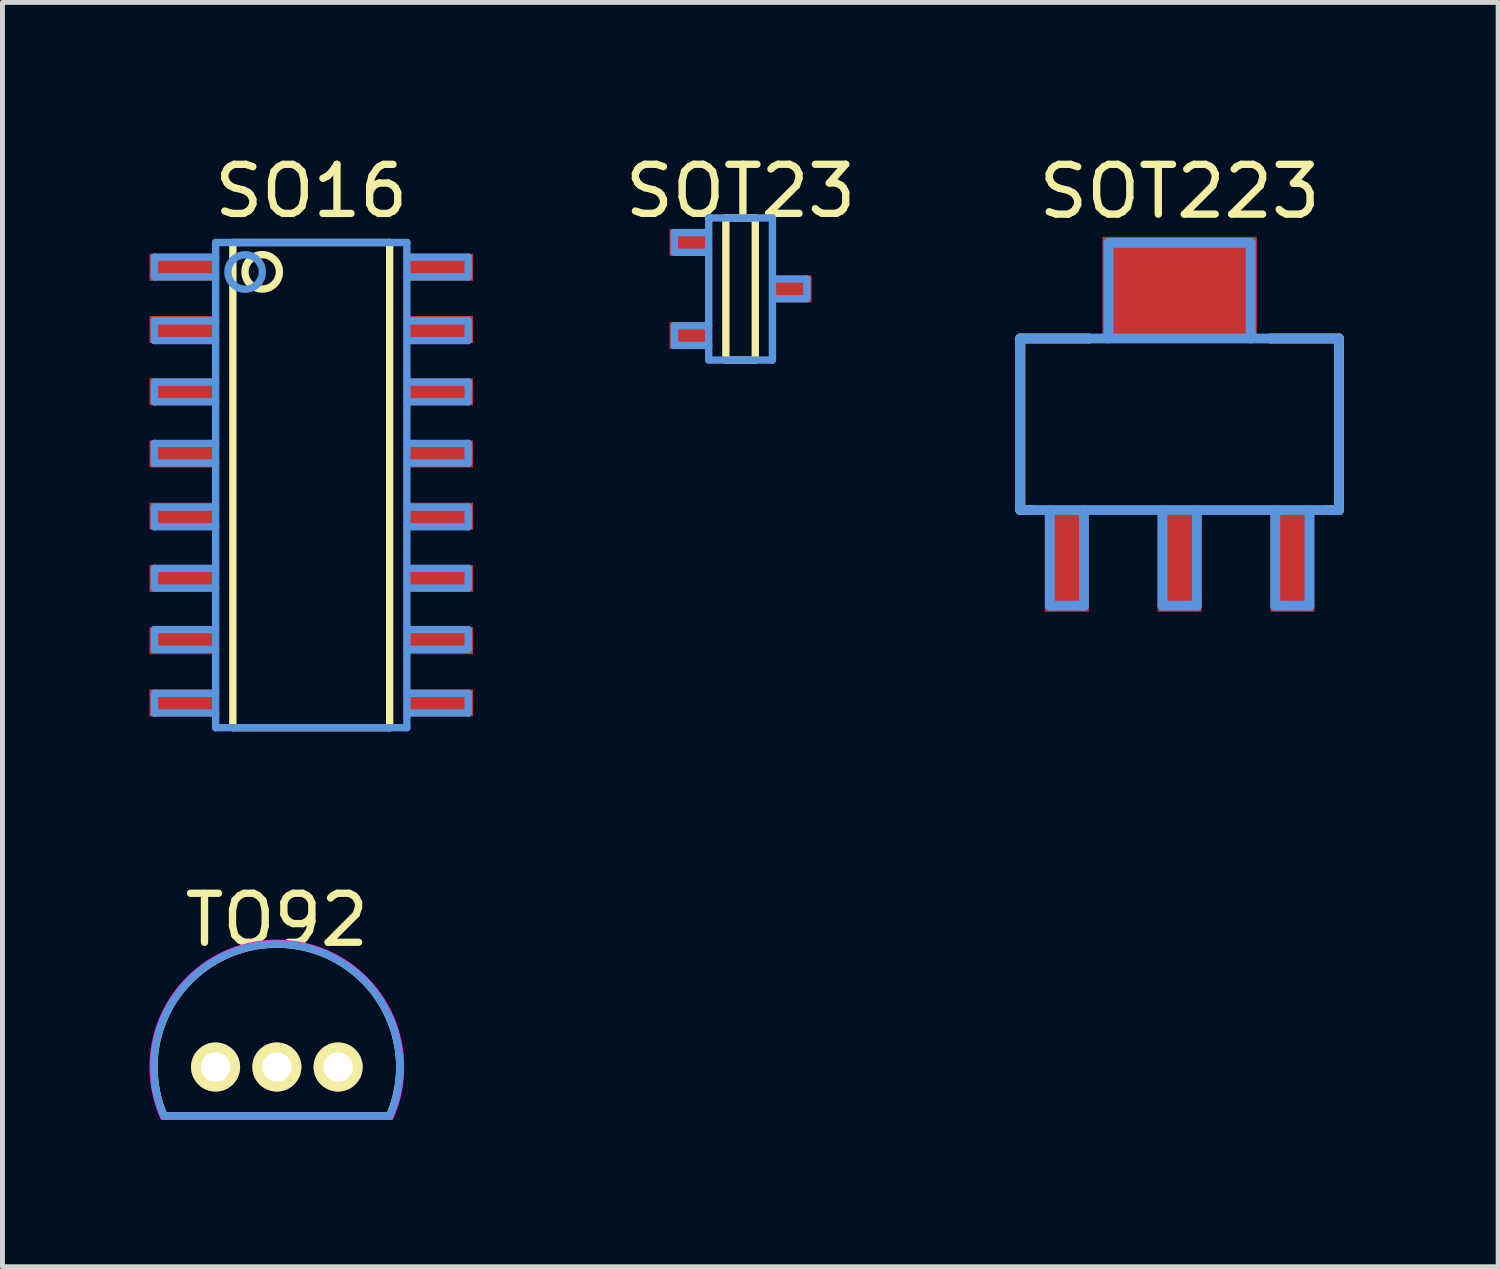
<source format=kicad_pcb>
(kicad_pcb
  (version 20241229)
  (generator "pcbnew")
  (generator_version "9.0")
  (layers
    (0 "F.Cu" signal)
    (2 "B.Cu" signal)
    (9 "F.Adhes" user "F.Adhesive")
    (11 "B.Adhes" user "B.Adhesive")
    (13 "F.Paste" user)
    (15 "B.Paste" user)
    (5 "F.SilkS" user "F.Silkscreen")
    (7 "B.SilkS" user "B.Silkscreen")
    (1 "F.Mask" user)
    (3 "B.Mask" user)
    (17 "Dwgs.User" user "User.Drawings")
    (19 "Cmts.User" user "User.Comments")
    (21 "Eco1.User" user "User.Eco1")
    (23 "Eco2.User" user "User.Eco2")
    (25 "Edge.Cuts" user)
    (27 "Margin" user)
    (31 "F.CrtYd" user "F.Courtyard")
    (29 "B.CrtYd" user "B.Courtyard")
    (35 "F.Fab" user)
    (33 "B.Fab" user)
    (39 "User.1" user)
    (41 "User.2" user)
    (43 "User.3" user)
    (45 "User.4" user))
  (footprint "SOT223"
    (layer "F.Cu")
    (at 21.02 5.607)
    (property "Reference" "SOT223" (at 0 -4.75 0) (layer "F.SilkS") (effects (font (size 1.016 1.016) (thickness 0.15))))
    (attr smd)
    (fp_line (start -3.251 -1.75) (end -1.849 -1.75) (stroke (width 0.201) (type solid)) (layer "F.SilkS"))
    (fp_line (start -3.251 1.75) (end -3.251 -1.75) (stroke (width 0.201) (type solid)) (layer "F.SilkS"))
    (fp_line (start -3 1.75) (end -3.251 1.75) (stroke (width 0.201) (type solid)) (layer "F.SilkS"))
    (fp_line (start 3 1.75) (end 3.251 1.75) (stroke (width 0.201) (type solid)) (layer "F.SilkS"))
    (fp_line (start 3.251 -1.75) (end 1.849 -1.75) (stroke (width 0.201) (type solid)) (layer "F.SilkS"))
    (fp_line (start 3.251 1.75) (end 3.251 -1.75) (stroke (width 0.201) (type solid)) (layer "F.SilkS"))
    (fp_line (start -3.251 -1.75) (end -3.251 1.75) (stroke (width 0.201) (type solid)) (layer "Cmts.User"))
    (fp_line (start -3.251 1.75) (end 3.251 1.75) (stroke (width 0.201) (type solid)) (layer "Cmts.User"))
    (fp_line (start -2.649 1.75) (end -2.649 3.701) (stroke (width 0.201) (type solid)) (layer "Cmts.User"))
    (fp_line (start -2.649 3.701) (end -1.951 3.701) (stroke (width 0.201) (type solid)) (layer "Cmts.User"))
    (fp_line (start -1.951 3.701) (end -1.951 1.75) (stroke (width 0.201) (type solid)) (layer "Cmts.User"))
    (fp_line (start -1.45 -3.701) (end 1.45 -3.701) (stroke (width 0.201) (type solid)) (layer "Cmts.User"))
    (fp_line (start -1.45 -1.75) (end -1.45 -3.701) (stroke (width 0.201) (type solid)) (layer "Cmts.User"))
    (fp_line (start -0.351 1.75) (end -0.351 3.701) (stroke (width 0.201) (type solid)) (layer "Cmts.User"))
    (fp_line (start -0.351 3.701) (end 0.351 3.701) (stroke (width 0.201) (type solid)) (layer "Cmts.User"))
    (fp_line (start 0.351 3.701) (end 0.351 1.75) (stroke (width 0.201) (type solid)) (layer "Cmts.User"))
    (fp_line (start 1.45 -3.701) (end 1.45 -1.75) (stroke (width 0.201) (type solid)) (layer "Cmts.User"))
    (fp_line (start 1.951 1.75) (end 1.951 3.701) (stroke (width 0.201) (type solid)) (layer "Cmts.User"))
    (fp_line (start 1.951 3.701) (end 2.649 3.701) (stroke (width 0.201) (type solid)) (layer "Cmts.User"))
    (fp_line (start 2.649 3.701) (end 2.649 1.75) (stroke (width 0.201) (type solid)) (layer "Cmts.User"))
    (fp_line (start 3.251 -1.75) (end -3.251 -1.75) (stroke (width 0.201) (type solid)) (layer "Cmts.User"))
    (fp_line (start 3.251 1.75) (end 3.251 -1.75) (stroke (width 0.201) (type solid)) (layer "Cmts.User"))
    (fp_line (start -3.449 -3.95) (end -3.449 3.95) (stroke (width 0.099) (type solid)) (layer "Eco1.User"))
    (fp_line (start -3.449 3.95) (end 3.449 3.95) (stroke (width 0.099) (type solid)) (layer "Eco1.User"))
    (fp_line (start 3.449 -3.95) (end -3.449 -3.95) (stroke (width 0.099) (type solid)) (layer "Eco1.User"))
    (fp_line (start 3.449 3.95) (end 3.449 -3.95) (stroke (width 0.099) (type solid)) (layer "Eco1.User"))
    (pad "1" smd rect (at -2.301 2.799) (size 0.899 2.05) (layers "F.Cu" "F.Mask" "F.Paste"))
    (pad "2" smd rect (at 0 2.799) (size 0.899 2.05) (layers "F.Cu" "F.Mask" "F.Paste"))
    (pad "3" smd rect (at 2.301 2.799) (size 0.899 2.05) (layers "F.Cu" "F.Mask" "F.Paste"))
    (pad "4" smd rect (at 0 -2.799) (size 3.15 2.05) (layers "F.Cu" "F.Mask" "F.Paste")))
  (footprint "SOT23"
    (layer "F.Cu")
    (at 12.061 2.847)
    (property "Reference" "SOT23" (at 0 -1.999 0) (layer "F.SilkS") (effects (font (size 1.001 1.001) (thickness 0.15))))
    (attr through_hole)
    (fp_line (start -0.3 -1.45) (end 0.3 -1.45) (stroke (width 0.15) (type solid)) (layer "F.SilkS"))
    (fp_line (start -0.3 1.45) (end -0.3 -1.45) (stroke (width 0.15) (type solid)) (layer "F.SilkS"))
    (fp_line (start 0.3 -1.45) (end 0.3 1.45) (stroke (width 0.15) (type solid)) (layer "F.SilkS"))
    (fp_line (start 0.3 1.45) (end -0.3 1.45) (stroke (width 0.15) (type solid)) (layer "F.SilkS"))
    (fp_line (start -1.351 -1.151) (end -1.351 -0.749) (stroke (width 0.15) (type solid)) (layer "Cmts.User"))
    (fp_line (start -1.351 -0.749) (end -0.653 -0.749) (stroke (width 0.15) (type solid)) (layer "Cmts.User"))
    (fp_line (start -1.349 0.749) (end -1.349 1.151) (stroke (width 0.15) (type solid)) (layer "Cmts.User"))
    (fp_line (start -1.349 1.151) (end -0.65 1.151) (stroke (width 0.15) (type solid)) (layer "Cmts.User"))
    (fp_line (start -0.653 -1.151) (end -1.351 -1.151) (stroke (width 0.15) (type solid)) (layer "Cmts.User"))
    (fp_line (start -0.65 -1.45) (end -0.65 1.45) (stroke (width 0.15) (type solid)) (layer "Cmts.User"))
    (fp_line (start -0.65 0.749) (end -1.349 0.749) (stroke (width 0.15) (type solid)) (layer "Cmts.User"))
    (fp_line (start -0.65 1.45) (end 0.65 1.45) (stroke (width 0.15) (type solid)) (layer "Cmts.User"))
    (fp_line (start 0.65 -1.45) (end -0.65 -1.45) (stroke (width 0.15) (type solid)) (layer "Cmts.User"))
    (fp_line (start 0.65 1.45) (end 0.65 -1.45) (stroke (width 0.15) (type solid)) (layer "Cmts.User"))
    (fp_line (start 0.653 -0.203) (end 1.351 -0.203) (stroke (width 0.15) (type solid)) (layer "Cmts.User"))
    (fp_line (start 1.351 -0.203) (end 1.351 0.198) (stroke (width 0.15) (type solid)) (layer "Cmts.User"))
    (fp_line (start 1.351 0.198) (end 0.653 0.198) (stroke (width 0.15) (type solid)) (layer "Cmts.User"))
    (pad "1" smd rect (at -1.049 -0.95) (size 0.8 0.551) (layers "F.Cu" "F.Mask" "F.Paste"))
    (pad "2" smd rect (at -1.049 0.95) (size 0.8 0.551) (layers "F.Cu" "F.Mask" "F.Paste"))
    (pad "3" smd rect (at 1.049 0) (size 0.8 0.551) (layers "F.Cu" "F.Mask" "F.Paste")))
  (footprint "TO92"
    (layer "F.Cu")
    (at 2.599 18.722)
    (property "Reference" "TO92" (at 0 -3 0) (layer "F.SilkS") (effects (font (size 1 1) (thickness 0.15))))
    (attr through_hole)
    (fp_line (start -2.3 1) (end 2.3 1) (stroke (width 0.15) (type solid)) (layer "F.SilkS"))
    (fp_arc (start -2.3 1) (mid 0 -2.507987) (end 2.3 1) (stroke (width 0.15) (type solid)) (layer "F.SilkS"))
    (fp_line (start -2.3 1) (end 2.3 1) (stroke (width 0.15) (type solid)) (layer "Cmts.User"))
    (fp_arc (start -2.301692 0.996099) (mid 0.002126 -2.507986) (end 2.3 1) (stroke (width 0.15) (type solid)) (layer "Cmts.User"))
    (fp_line (start 2.35 1.05) (end -2.35 1.05) (stroke (width 0.05) (type solid)) (layer "F.CrtYd"))
    (fp_arc (start -2.35 1.05) (mid 0 -2.573908) (end 2.35 1.05) (stroke (width 0.05) (type solid)) (layer "F.CrtYd"))
    (pad "1" thru_hole circle (at -1.25 0) (size 1 1) (drill 0.6) (layers "*.Cu" "*.Mask" "F.SilkS"))
    (pad "2" thru_hole circle (at 0 0) (size 1 1) (drill 0.6) (layers "*.Cu" "*.Mask" "F.SilkS"))
    (pad "3" thru_hole circle (at 1.25 0) (size 1 1) (drill 0.6) (layers "*.Cu" "*.Mask" "F.SilkS")))
  (footprint "SO16"
    (layer "F.Cu")
    (at 3.301 6.848)
    (property "Reference" "SO16" (at 0 -5.999 0) (layer "F.SilkS") (effects (font (size 1.001 1.001) (thickness 0.15))))
    (attr through_hole)
    (fp_line (start -1.6 -4.95) (end -1.6 4.95) (stroke (width 0.15) (type solid)) (layer "F.SilkS"))
    (fp_line (start -1.6 4.95) (end 1.6 4.95) (stroke (width 0.15) (type solid)) (layer "F.SilkS"))
    (fp_line (start 1.6 -4.95) (end -1.6 -4.95) (stroke (width 0.15) (type solid)) (layer "F.SilkS"))
    (fp_line (start 1.6 4.95) (end 1.6 -4.95) (stroke (width 0.15) (type solid)) (layer "F.SilkS"))
    (fp_circle (center -1.001 -4.351) (end -0.65 -4.351) (stroke (width 0.15) (type solid)) (fill no) (layer "F.SilkS"))
    (fp_line (start -3.2 -4.651) (end -3.2 -4.249) (stroke (width 0.15) (type solid)) (layer "Cmts.User"))
    (fp_line (start -3.2 -4.249) (end -1.951 -4.249) (stroke (width 0.15) (type solid)) (layer "Cmts.User"))
    (fp_line (start -3.2 -3.35) (end -3.2 -2.949) (stroke (width 0.15) (type solid)) (layer "Cmts.User"))
    (fp_line (start -3.2 -2.949) (end -1.951 -2.949) (stroke (width 0.15) (type solid)) (layer "Cmts.User"))
    (fp_line (start -3.2 -2.101) (end -3.2 -1.699) (stroke (width 0.15) (type solid)) (layer "Cmts.User"))
    (fp_line (start -3.2 -1.699) (end -1.951 -1.699) (stroke (width 0.15) (type solid)) (layer "Cmts.User"))
    (fp_line (start -3.2 -0.851) (end -3.2 -0.45) (stroke (width 0.15) (type solid)) (layer "Cmts.User"))
    (fp_line (start -3.2 -0.45) (end -1.951 -0.45) (stroke (width 0.15) (type solid)) (layer "Cmts.User"))
    (fp_line (start -3.2 0.45) (end -3.2 0.851) (stroke (width 0.15) (type solid)) (layer "Cmts.User"))
    (fp_line (start -3.2 0.851) (end -1.951 0.851) (stroke (width 0.15) (type solid)) (layer "Cmts.User"))
    (fp_line (start -3.2 1.699) (end -3.2 2.101) (stroke (width 0.15) (type solid)) (layer "Cmts.User"))
    (fp_line (start -3.2 2.101) (end -1.951 2.101) (stroke (width 0.15) (type solid)) (layer "Cmts.User"))
    (fp_line (start -3.2 2.949) (end -3.2 3.35) (stroke (width 0.15) (type solid)) (layer "Cmts.User"))
    (fp_line (start -3.2 3.35) (end -1.951 3.35) (stroke (width 0.15) (type solid)) (layer "Cmts.User"))
    (fp_line (start -3.2 4.249) (end -3.2 4.651) (stroke (width 0.15) (type solid)) (layer "Cmts.User"))
    (fp_line (start -3.2 4.651) (end -1.951 4.651) (stroke (width 0.15) (type solid)) (layer "Cmts.User"))
    (fp_line (start -1.951 -4.95) (end 1.951 -4.95) (stroke (width 0.15) (type solid)) (layer "Cmts.User"))
    (fp_line (start -1.951 -4.651) (end -3.2 -4.651) (stroke (width 0.15) (type solid)) (layer "Cmts.User"))
    (fp_line (start -1.951 -3.35) (end -3.2 -3.35) (stroke (width 0.15) (type solid)) (layer "Cmts.User"))
    (fp_line (start -1.951 -2.101) (end -3.2 -2.101) (stroke (width 0.15) (type solid)) (layer "Cmts.User"))
    (fp_line (start -1.951 -0.851) (end -3.2 -0.851) (stroke (width 0.15) (type solid)) (layer "Cmts.User"))
    (fp_line (start -1.951 0.45) (end -3.2 0.45) (stroke (width 0.15) (type solid)) (layer "Cmts.User"))
    (fp_line (start -1.951 1.699) (end -3.2 1.699) (stroke (width 0.15) (type solid)) (layer "Cmts.User"))
    (fp_line (start -1.951 2.949) (end -3.2 2.949) (stroke (width 0.15) (type solid)) (layer "Cmts.User"))
    (fp_line (start -1.951 4.249) (end -3.2 4.249) (stroke (width 0.15) (type solid)) (layer "Cmts.User"))
    (fp_line (start -1.951 4.95) (end -1.951 -4.95) (stroke (width 0.15) (type solid)) (layer "Cmts.User"))
    (fp_line (start 1.951 -4.95) (end 1.951 4.95) (stroke (width 0.15) (type solid)) (layer "Cmts.User"))
    (fp_line (start 1.951 4.95) (end -1.951 4.95) (stroke (width 0.15) (type solid)) (layer "Cmts.User"))
    (fp_line (start 1.953 -4.651) (end 3.203 -4.651) (stroke (width 0.15) (type solid)) (layer "Cmts.User"))
    (fp_line (start 1.953 -3.35) (end 3.203 -3.35) (stroke (width 0.15) (type solid)) (layer "Cmts.User"))
    (fp_line (start 1.953 -2.101) (end 3.203 -2.101) (stroke (width 0.15) (type solid)) (layer "Cmts.User"))
    (fp_line (start 1.953 -0.851) (end 3.203 -0.851) (stroke (width 0.15) (type solid)) (layer "Cmts.User"))
    (fp_line (start 1.953 0.45) (end 3.203 0.45) (stroke (width 0.15) (type solid)) (layer "Cmts.User"))
    (fp_line (start 1.953 1.699) (end 3.203 1.699) (stroke (width 0.15) (type solid)) (layer "Cmts.User"))
    (fp_line (start 1.953 2.949) (end 3.203 2.949) (stroke (width 0.15) (type solid)) (layer "Cmts.User"))
    (fp_line (start 1.953 4.249) (end 3.203 4.249) (stroke (width 0.15) (type solid)) (layer "Cmts.User"))
    (fp_line (start 3.203 -4.651) (end 3.203 -4.249) (stroke (width 0.15) (type solid)) (layer "Cmts.User"))
    (fp_line (start 3.203 -4.249) (end 1.953 -4.249) (stroke (width 0.15) (type solid)) (layer "Cmts.User"))
    (fp_line (start 3.203 -3.35) (end 3.203 -2.949) (stroke (width 0.15) (type solid)) (layer "Cmts.User"))
    (fp_line (start 3.203 -2.949) (end 1.953 -2.949) (stroke (width 0.15) (type solid)) (layer "Cmts.User"))
    (fp_line (start 3.203 -2.101) (end 3.203 -1.699) (stroke (width 0.15) (type solid)) (layer "Cmts.User"))
    (fp_line (start 3.203 -1.699) (end 1.953 -1.699) (stroke (width 0.15) (type solid)) (layer "Cmts.User"))
    (fp_line (start 3.203 -0.851) (end 3.203 -0.45) (stroke (width 0.15) (type solid)) (layer "Cmts.User"))
    (fp_line (start 3.203 -0.45) (end 1.953 -0.45) (stroke (width 0.15) (type solid)) (layer "Cmts.User"))
    (fp_line (start 3.203 0.45) (end 3.203 0.851) (stroke (width 0.15) (type solid)) (layer "Cmts.User"))
    (fp_line (start 3.203 0.851) (end 1.953 0.851) (stroke (width 0.15) (type solid)) (layer "Cmts.User"))
    (fp_line (start 3.203 1.699) (end 3.203 2.101) (stroke (width 0.15) (type solid)) (layer "Cmts.User"))
    (fp_line (start 3.203 2.101) (end 1.953 2.101) (stroke (width 0.15) (type solid)) (layer "Cmts.User"))
    (fp_line (start 3.203 2.949) (end 3.203 3.35) (stroke (width 0.15) (type solid)) (layer "Cmts.User"))
    (fp_line (start 3.203 3.35) (end 1.953 3.35) (stroke (width 0.15) (type solid)) (layer "Cmts.User"))
    (fp_line (start 3.203 4.249) (end 3.203 4.651) (stroke (width 0.15) (type solid)) (layer "Cmts.User"))
    (fp_line (start 3.203 4.651) (end 1.953 4.651) (stroke (width 0.15) (type solid)) (layer "Cmts.User"))
    (fp_circle (center -1.349 -4.348) (end -0.998 -4.348) (stroke (width 0.15) (type solid)) (fill no) (layer "Cmts.User"))
    (pad "1" smd rect (at -2.601 -4.445) (size 1.4 0.551) (layers "F.Cu" "F.Mask" "F.Paste"))
    (pad "2" smd rect (at -2.601 -3.175) (size 1.4 0.551) (layers "F.Cu" "F.Mask" "F.Paste"))
    (pad "3" smd rect (at -2.601 -1.905) (size 1.4 0.551) (layers "F.Cu" "F.Mask" "F.Paste"))
    (pad "4" smd rect (at -2.601 -0.635) (size 1.4 0.551) (layers "F.Cu" "F.Mask" "F.Paste"))
    (pad "5" smd rect (at -2.601 0.635) (size 1.4 0.551) (layers "F.Cu" "F.Mask" "F.Paste"))
    (pad "6" smd rect (at -2.601 1.905) (size 1.4 0.551) (layers "F.Cu" "F.Mask" "F.Paste"))
    (pad "7" smd rect (at -2.601 3.175) (size 1.4 0.551) (layers "F.Cu" "F.Mask" "F.Paste"))
    (pad "8" smd rect (at -2.601 4.445) (size 1.4 0.551) (layers "F.Cu" "F.Mask" "F.Paste"))
    (pad "9" smd rect (at 2.601 4.445) (size 1.4 0.551) (layers "F.Cu" "F.Mask" "F.Paste"))
    (pad "10" smd rect (at 2.601 3.175) (size 1.4 0.551) (layers "F.Cu" "F.Mask" "F.Paste"))
    (pad "11" smd rect (at 2.601 1.905) (size 1.4 0.551) (layers "F.Cu" "F.Mask" "F.Paste"))
    (pad "12" smd rect (at 2.601 0.635) (size 1.4 0.551) (layers "F.Cu" "F.Mask" "F.Paste"))
    (pad "13" smd rect (at 2.601 -0.635) (size 1.4 0.551) (layers "F.Cu" "F.Mask" "F.Paste"))
    (pad "14" smd rect (at 2.601 -1.905) (size 1.4 0.551) (layers "F.Cu" "F.Mask" "F.Paste"))
    (pad "15" smd rect (at 2.601 -3.175) (size 1.4 0.551) (layers "F.Cu" "F.Mask" "F.Paste"))
    (pad "16" smd rect (at 2.601 -4.445) (size 1.4 0.551) (layers "F.Cu" "F.Mask" "F.Paste")))
  (gr_rect
    (start -3 -3)
    (end 27.519 22.797)
    (stroke (width 0.1) (type default))
    (fill no)
    (layer "Edge.Cuts")))
</source>
